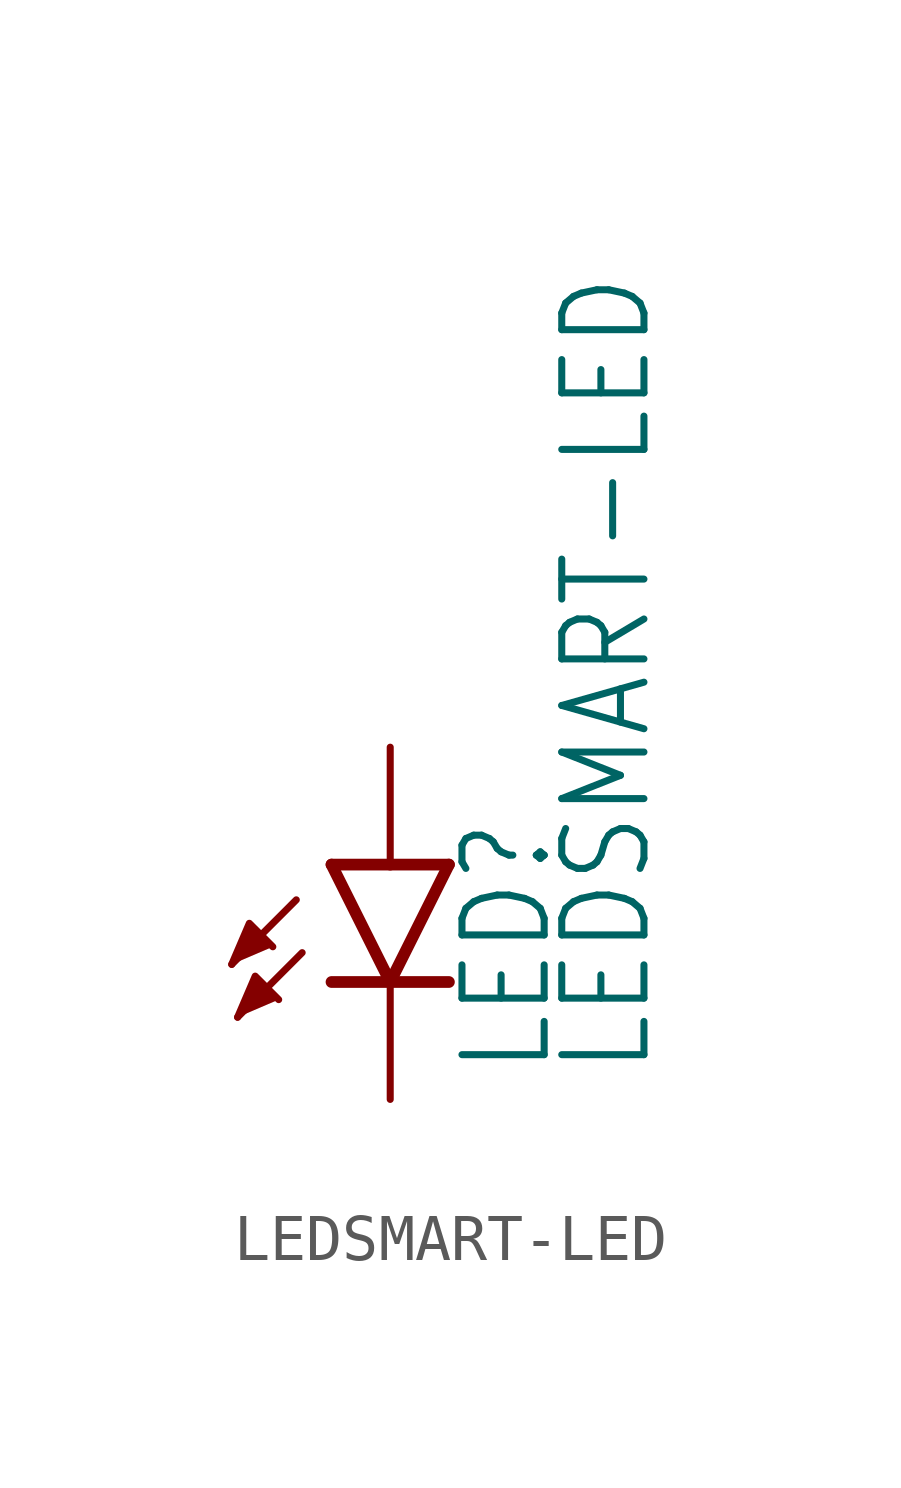
<source format=kicad_sym>
(kicad_symbol_lib
  (version 20211014)
  (generator kicad_symbol_editor)
  (symbol "LEDSMART-LED"
    (property "Reference" "LED"
      (at 3.556 -4.572 90)
      (effects (font (size 1.778 1.511)) (justify left bottom)))
    (property "Value" "LEDSMART-LED"
      (at 5.715 -4.572 90)
      (effects (font (size 1.778 1.511)) (justify left bottom)))
    (property "ki_locked" ""
      (at 0 0 0)
      (effects (font (size 1.27 1.27))))
    (symbol "LEDSMART-LED_1_0"
      (polyline (pts (xy -2.032 -0.762) (xy -3.429 -2.159)) (stroke (width 0.152) (type default) (color 0 0 0 0)) (fill (type none)))
      (polyline (pts (xy -1.905 -1.905) (xy -3.302 -3.302)) (stroke (width 0.152) (type default) (color 0 0 0 0)) (fill (type none)))
      (polyline (pts (xy 0 -2.54) (xy -1.27 -2.54)) (stroke (width 0.254) (type default) (color 0 0 0 0)) (fill (type none)))
      (polyline (pts (xy 0 -2.54) (xy -1.27 0)) (stroke (width 0.254) (type default) (color 0 0 0 0)) (fill (type none)))
      (polyline (pts (xy 0 0) (xy -1.27 0)) (stroke (width 0.254) (type default) (color 0 0 0 0)) (fill (type none)))
      (polyline (pts (xy 1.27 -2.54) (xy 0 -2.54)) (stroke (width 0.254) (type default) (color 0 0 0 0)) (fill (type none)))
      (polyline (pts (xy 1.27 0) (xy 0 -2.54)) (stroke (width 0.254) (type default) (color 0 0 0 0)) (fill (type none)))
      (polyline (pts (xy 1.27 0) (xy 0 0)) (stroke (width 0.254) (type default) (color 0 0 0 0)) (fill (type none)))
      (polyline (pts (xy -3.429 -2.159) (xy -3.048 -1.27) (xy -2.54 -1.778)) (stroke (width 0) (type default) (color 0 0 0 0)) (fill (type outline)))
      (polyline (pts (xy -3.302 -3.302) (xy -2.921 -2.413) (xy -2.413 -2.921)) (stroke (width 0) (type default) (color 0 0 0 0)) (fill (type outline)))
      (pin passive line (at 0 2.54 270) (length 2.54) (name "A" (effects (font (size 0 0)))) (number "A" (effects (font (size 0 0)))))
      (pin passive line (at 0 -5.08 90) (length 2.54) (name "C" (effects (font (size 0 0)))) (number "B" (effects (font (size 0 0))))))))
</source>
